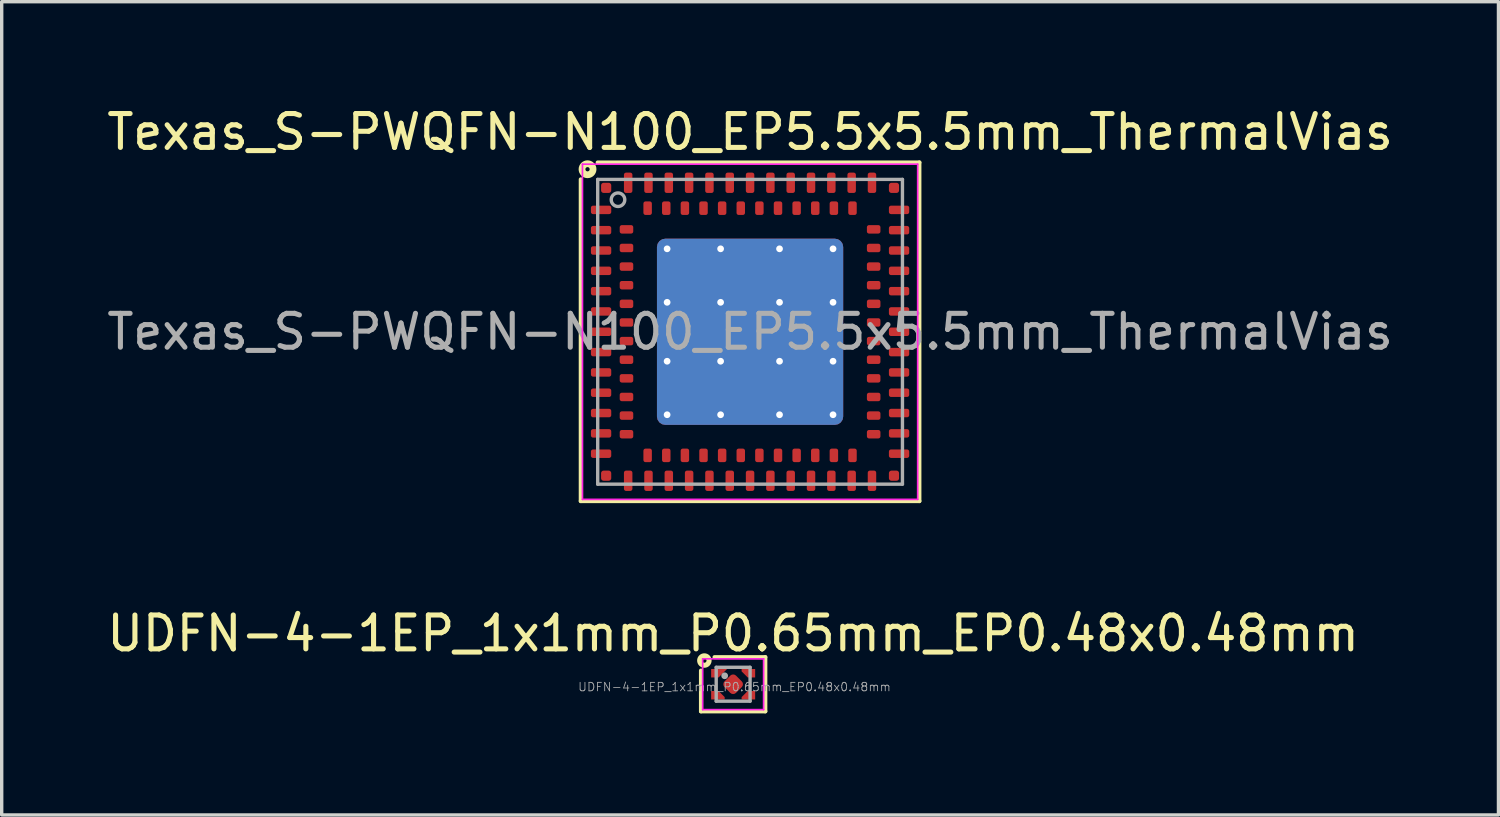
<source format=kicad_pcb>
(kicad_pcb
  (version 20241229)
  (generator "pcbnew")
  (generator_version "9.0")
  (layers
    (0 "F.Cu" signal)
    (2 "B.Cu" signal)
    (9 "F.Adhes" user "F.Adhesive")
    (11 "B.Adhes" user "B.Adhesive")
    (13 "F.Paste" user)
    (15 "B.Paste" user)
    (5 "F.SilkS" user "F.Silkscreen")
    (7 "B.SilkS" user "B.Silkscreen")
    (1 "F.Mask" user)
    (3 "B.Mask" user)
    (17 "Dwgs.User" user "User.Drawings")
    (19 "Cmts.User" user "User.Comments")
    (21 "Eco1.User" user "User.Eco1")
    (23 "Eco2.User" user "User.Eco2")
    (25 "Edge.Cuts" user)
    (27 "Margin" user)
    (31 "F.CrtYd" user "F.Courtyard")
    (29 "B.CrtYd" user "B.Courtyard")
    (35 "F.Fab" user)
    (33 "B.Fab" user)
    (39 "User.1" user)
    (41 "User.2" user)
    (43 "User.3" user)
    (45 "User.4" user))
  (footprint "UDFN-4-1EP_1x1mm_P0.65mm_EP0.48x0.48mm"
    (layer "F.Cu")
    (at 18.601 17.157)
    (property "Reference" "UDFN-4-1EP_1x1mm_P0.65mm_EP0.48x0.48mm" (at 0 -1.5 0) (layer "F.SilkS") (effects (font (size 1 1) (thickness 0.15))))
    (attr smd)
    (fp_line (start -0.95 0.8) (end -0.95 -0.403) (stroke (width 0.12) (type solid)) (layer "F.SilkS"))
    (fp_line (start -0.55 -0.8) (end 0.95 -0.8) (stroke (width 0.12) (type solid)) (layer "F.SilkS"))
    (fp_line (start 0.95 -0.8) (end 0.95 0.8) (stroke (width 0.12) (type solid)) (layer "F.SilkS"))
    (fp_line (start 0.95 0.8) (end -0.95 0.8) (stroke (width 0.12) (type solid)) (layer "F.SilkS"))
    (fp_circle (center -0.85 -0.7) (end -0.786 -0.7) (stroke (width 0.15) (type solid)) (fill no) (layer "F.SilkS"))
    (fp_line (start -0.9 -0.75) (end 0.9 -0.75) (stroke (width 0.05) (type solid)) (layer "F.CrtYd"))
    (fp_line (start -0.9 0.75) (end -0.9 -0.75) (stroke (width 0.05) (type solid)) (layer "F.CrtYd"))
    (fp_line (start 0.9 -0.75) (end 0.9 0.75) (stroke (width 0.05) (type solid)) (layer "F.CrtYd"))
    (fp_line (start 0.9 0.75) (end -0.9 0.75) (stroke (width 0.05) (type solid)) (layer "F.CrtYd"))
    (fp_line (start -0.5 -0.5) (end 0.5 -0.5) (stroke (width 0.1) (type solid)) (layer "F.Fab"))
    (fp_line (start -0.5 0.5) (end -0.5 -0.5) (stroke (width 0.1) (type solid)) (layer "F.Fab"))
    (fp_line (start 0.5 -0.5) (end 0.5 0.5) (stroke (width 0.1) (type solid)) (layer "F.Fab"))
    (fp_line (start 0.5 0.5) (end -0.5 0.5) (stroke (width 0.1) (type solid)) (layer "F.Fab"))
    (fp_circle (center -0.25 -0.25) (end -0.2 -0.25) (stroke (width 0.1) (type solid)) (fill no) (layer "F.Fab"))
    (fp_text user "${REFERENCE}" (at 0.04 0.08 0) (layer "F.Fab") (effects (font (size 0.25 0.25) (thickness 0.025))))
    (pad "1" smd custom (at -0.54 -0.325) (size 0.22 0.25) (layers "F.Cu" "F.Mask" "F.Paste") (options (anchor rect)) (primitives (gr_poly (pts (xy 0.11 0.125) (xy 0.11 -0.125) (xy 0.36 -0.125)) (width 0) (fill yes))))
    (pad "2" smd custom (at -0.54 0.325) (size 0.22 0.25) (layers "F.Cu" "F.Mask" "F.Paste") (options (anchor rect)) (primitives (gr_poly (pts (xy 0.29 0.055) (xy 0.29 0.125) (xy 0.11 0.125) (xy 0.11 -0.125)) (width 0) (fill yes))))
    (pad "3" smd custom (at 0.54 0.325) (size 0.22 0.25) (layers "F.Cu" "F.Mask" "F.Paste") (options (anchor rect)) (primitives (gr_poly (pts (xy -0.11 0.125) (xy -0.29 0.125) (xy -0.29 0.055) (xy -0.11 -0.125)) (width 0) (fill yes))))
    (pad "4" smd custom (at 0.54 -0.325) (size 0.22 0.25) (layers "F.Cu" "F.Mask" "F.Paste") (options (anchor rect)) (primitives (gr_poly (pts (xy -0.11 0.125) (xy -0.29 -0.055) (xy -0.29 -0.125) (xy -0.11 -0.125)) (width 0) (fill yes))))
    (pad "5" smd roundrect (at 0 0 45) (size 0.48 0.48) (layers "F.Cu" "F.Mask" "F.Paste") (roundrect_rratio 0.25)))
  (footprint "Texas_S-PWQFN-N100_EP5.5x5.5mm_ThermalVias"
    (layer "F.Cu")
    (at 19.101 6.748)
    (property "Reference" "Texas_S-PWQFN-N100_EP5.5x5.5mm_ThermalVias" (at 0 -5.9 0) (layer "F.SilkS") (effects (font (size 1 1) (thickness 0.15))))
    (attr smd)
    (fp_line (start -5 5) (end -5 -4.5) (stroke (width 0.12) (type solid)) (layer "F.SilkS"))
    (fp_line (start -4.5 -5) (end 5 -5) (stroke (width 0.12) (type solid)) (layer "F.SilkS"))
    (fp_line (start 5 -5) (end 5 5) (stroke (width 0.12) (type solid)) (layer "F.SilkS"))
    (fp_line (start 5 5) (end -5 5) (stroke (width 0.12) (type solid)) (layer "F.SilkS"))
    (fp_circle (center -4.8 -4.8) (end -4.737 -4.8) (stroke (width 0.2) (type solid)) (fill no) (layer "F.SilkS"))
    (fp_line (start -4.95 -4.95) (end 4.95 -4.95) (stroke (width 0.05) (type solid)) (layer "F.CrtYd"))
    (fp_line (start -4.95 4.95) (end -4.95 -4.95) (stroke (width 0.05) (type solid)) (layer "F.CrtYd"))
    (fp_line (start 4.95 -4.95) (end 4.95 4.95) (stroke (width 0.05) (type solid)) (layer "F.CrtYd"))
    (fp_line (start 4.95 4.95) (end -4.95 4.95) (stroke (width 0.05) (type solid)) (layer "F.CrtYd"))
    (fp_line (start -4.5 -4.5) (end -4.5 4.5) (stroke (width 0.1) (type solid)) (layer "F.Fab"))
    (fp_line (start -4.5 -4.5) (end 4.5 -4.5) (stroke (width 0.1) (type solid)) (layer "F.Fab"))
    (fp_line (start -4.5 4.5) (end 4.5 4.5) (stroke (width 0.1) (type solid)) (layer "F.Fab"))
    (fp_line (start 4.5 -4.5) (end 4.5 4.5) (stroke (width 0.1) (type solid)) (layer "F.Fab"))
    (fp_circle (center -3.9 -3.9) (end -3.7 -3.9) (stroke (width 0.1) (type solid)) (fill no) (layer "F.Fab"))
    (fp_text user "${REFERENCE}" (at 0 0 0) (layer "F.Fab") (effects (font (size 1 1) (thickness 0.15))))
    (pad "" smd roundrect (at -1.66 -1.66) (size 1.5 1.5) (layers "F.Paste") (roundrect_rratio 0.167))
    (pad "" smd roundrect (at -1.66 0) (size 1.5 1.5) (layers "F.Paste") (roundrect_rratio 0.167))
    (pad "" smd roundrect (at -1.66 1.66) (size 1.5 1.5) (layers "F.Paste") (roundrect_rratio 0.167))
    (pad "" smd roundrect (at 0 -1.66) (size 1.5 1.5) (layers "F.Paste") (roundrect_rratio 0.167))
    (pad "" smd roundrect (at 0 0) (size 1.5 1.5) (layers "F.Paste") (roundrect_rratio 0.167))
    (pad "" smd roundrect (at 0 1.66) (size 1.5 1.5) (layers "F.Paste") (roundrect_rratio 0.167))
    (pad "" smd roundrect (at 1.66 -1.66) (size 1.5 1.5) (layers "F.Paste") (roundrect_rratio 0.167))
    (pad "" smd roundrect (at 1.66 0) (size 1.5 1.5) (layers "F.Paste") (roundrect_rratio 0.167))
    (pad "" smd roundrect (at 1.66 1.66) (size 1.5 1.5) (layers "F.Paste") (roundrect_rratio 0.167))
    (pad "A1" smd roundrect (at -4.4 -3.6 90) (size 0.25 0.6) (layers "F.Cu" "F.Mask" "F.Paste") (roundrect_rratio 0.25))
    (pad "A2" smd roundrect (at -4.4 -3 90) (size 0.25 0.6) (layers "F.Cu" "F.Mask" "F.Paste") (roundrect_rratio 0.25))
    (pad "A3" smd roundrect (at -4.4 -2.4 90) (size 0.25 0.6) (layers "F.Cu" "F.Mask" "F.Paste") (roundrect_rratio 0.25))
    (pad "A4" smd roundrect (at -4.4 -1.8 90) (size 0.25 0.6) (layers "F.Cu" "F.Mask" "F.Paste") (roundrect_rratio 0.25))
    (pad "A5" smd roundrect (at -4.4 -1.2 90) (size 0.25 0.6) (layers "F.Cu" "F.Mask" "F.Paste") (roundrect_rratio 0.25))
    (pad "A6" smd roundrect (at -4.4 -0.6 90) (size 0.25 0.6) (layers "F.Cu" "F.Mask" "F.Paste") (roundrect_rratio 0.25))
    (pad "A7" smd roundrect (at -4.4 0 90) (size 0.25 0.6) (layers "F.Cu" "F.Mask" "F.Paste") (roundrect_rratio 0.25))
    (pad "A8" smd roundrect (at -4.4 0.6 90) (size 0.25 0.6) (layers "F.Cu" "F.Mask" "F.Paste") (roundrect_rratio 0.25))
    (pad "A9" smd roundrect (at -4.4 1.2 90) (size 0.25 0.6) (layers "F.Cu" "F.Mask" "F.Paste") (roundrect_rratio 0.25))
    (pad "A10" smd roundrect (at -4.4 1.8 90) (size 0.25 0.6) (layers "F.Cu" "F.Mask" "F.Paste") (roundrect_rratio 0.25))
    (pad "A11" smd roundrect (at -4.4 2.4 90) (size 0.25 0.6) (layers "F.Cu" "F.Mask" "F.Paste") (roundrect_rratio 0.25))
    (pad "A12" smd roundrect (at -4.4 3 90) (size 0.25 0.6) (layers "F.Cu" "F.Mask" "F.Paste") (roundrect_rratio 0.25))
    (pad "A13" smd roundrect (at -4.4 3.6 90) (size 0.25 0.6) (layers "F.Cu" "F.Mask" "F.Paste") (roundrect_rratio 0.25))
    (pad "A14" smd roundrect (at -3.6 4.4) (size 0.25 0.6) (layers "F.Cu" "F.Mask" "F.Paste") (roundrect_rratio 0.25))
    (pad "A15" smd roundrect (at -3 4.4) (size 0.25 0.6) (layers "F.Cu" "F.Mask" "F.Paste") (roundrect_rratio 0.25))
    (pad "A16" smd roundrect (at -2.4 4.4) (size 0.25 0.6) (layers "F.Cu" "F.Mask" "F.Paste") (roundrect_rratio 0.25))
    (pad "A17" smd roundrect (at -1.8 4.4) (size 0.25 0.6) (layers "F.Cu" "F.Mask" "F.Paste") (roundrect_rratio 0.25))
    (pad "A18" smd roundrect (at -1.2 4.4) (size 0.25 0.6) (layers "F.Cu" "F.Mask" "F.Paste") (roundrect_rratio 0.25))
    (pad "A19" smd roundrect (at -0.6 4.4) (size 0.25 0.6) (layers "F.Cu" "F.Mask" "F.Paste") (roundrect_rratio 0.25))
    (pad "A20" smd roundrect (at 0 4.4) (size 0.25 0.6) (layers "F.Cu" "F.Mask" "F.Paste") (roundrect_rratio 0.25))
    (pad "A21" smd roundrect (at 0.6 4.4) (size 0.25 0.6) (layers "F.Cu" "F.Mask" "F.Paste") (roundrect_rratio 0.25))
    (pad "A22" smd roundrect (at 1.2 4.4) (size 0.25 0.6) (layers "F.Cu" "F.Mask" "F.Paste") (roundrect_rratio 0.25))
    (pad "A23" smd roundrect (at 1.8 4.4) (size 0.25 0.6) (layers "F.Cu" "F.Mask" "F.Paste") (roundrect_rratio 0.25))
    (pad "A24" smd roundrect (at 2.4 4.4) (size 0.25 0.6) (layers "F.Cu" "F.Mask" "F.Paste") (roundrect_rratio 0.25))
    (pad "A25" smd roundrect (at 3 4.4) (size 0.25 0.6) (layers "F.Cu" "F.Mask" "F.Paste") (roundrect_rratio 0.25))
    (pad "A26" smd roundrect (at 3.6 4.4) (size 0.25 0.6) (layers "F.Cu" "F.Mask" "F.Paste") (roundrect_rratio 0.25))
    (pad "A27" smd roundrect (at 4.4 3.6 90) (size 0.25 0.6) (layers "F.Cu" "F.Mask" "F.Paste") (roundrect_rratio 0.25))
    (pad "A28" smd roundrect (at 4.4 3 90) (size 0.25 0.6) (layers "F.Cu" "F.Mask" "F.Paste") (roundrect_rratio 0.25))
    (pad "A29" smd roundrect (at 4.4 2.4 90) (size 0.25 0.6) (layers "F.Cu" "F.Mask" "F.Paste") (roundrect_rratio 0.25))
    (pad "A30" smd roundrect (at 4.4 1.8 90) (size 0.25 0.6) (layers "F.Cu" "F.Mask" "F.Paste") (roundrect_rratio 0.25))
    (pad "A31" smd roundrect (at 4.4 1.2 90) (size 0.25 0.6) (layers "F.Cu" "F.Mask" "F.Paste") (roundrect_rratio 0.25))
    (pad "A32" smd roundrect (at 4.4 0.6 90) (size 0.25 0.6) (layers "F.Cu" "F.Mask" "F.Paste") (roundrect_rratio 0.25))
    (pad "A33" smd roundrect (at 4.4 0 90) (size 0.25 0.6) (layers "F.Cu" "F.Mask" "F.Paste") (roundrect_rratio 0.25))
    (pad "A34" smd roundrect (at 4.4 -0.6 90) (size 0.25 0.6) (layers "F.Cu" "F.Mask" "F.Paste") (roundrect_rratio 0.25))
    (pad "A35" smd roundrect (at 4.4 -1.2 90) (size 0.25 0.6) (layers "F.Cu" "F.Mask" "F.Paste") (roundrect_rratio 0.25))
    (pad "A36" smd roundrect (at 4.4 -1.8 90) (size 0.25 0.6) (layers "F.Cu" "F.Mask" "F.Paste") (roundrect_rratio 0.25))
    (pad "A37" smd roundrect (at 4.4 -2.4 90) (size 0.25 0.6) (layers "F.Cu" "F.Mask" "F.Paste") (roundrect_rratio 0.25))
    (pad "A38" smd roundrect (at 4.4 -3 90) (size 0.25 0.6) (layers "F.Cu" "F.Mask" "F.Paste") (roundrect_rratio 0.25))
    (pad "A39" smd roundrect (at 4.4 -3.6 90) (size 0.25 0.6) (layers "F.Cu" "F.Mask" "F.Paste") (roundrect_rratio 0.25))
    (pad "A40" smd roundrect (at 3.6 -4.4) (size 0.25 0.6) (layers "F.Cu" "F.Mask" "F.Paste") (roundrect_rratio 0.25))
    (pad "A41" smd roundrect (at 3 -4.4) (size 0.25 0.6) (layers "F.Cu" "F.Mask" "F.Paste") (roundrect_rratio 0.25))
    (pad "A42" smd roundrect (at 2.4 -4.4) (size 0.25 0.6) (layers "F.Cu" "F.Mask" "F.Paste") (roundrect_rratio 0.25))
    (pad "A43" smd roundrect (at 1.8 -4.4) (size 0.25 0.6) (layers "F.Cu" "F.Mask" "F.Paste") (roundrect_rratio 0.25))
    (pad "A44" smd roundrect (at 1.2 -4.4) (size 0.25 0.6) (layers "F.Cu" "F.Mask" "F.Paste") (roundrect_rratio 0.25))
    (pad "A45" smd roundrect (at 0.6 -4.4) (size 0.25 0.6) (layers "F.Cu" "F.Mask" "F.Paste") (roundrect_rratio 0.25))
    (pad "A46" smd roundrect (at 0 -4.4) (size 0.25 0.6) (layers "F.Cu" "F.Mask" "F.Paste") (roundrect_rratio 0.25))
    (pad "A47" smd roundrect (at -0.6 -4.4) (size 0.25 0.6) (layers "F.Cu" "F.Mask" "F.Paste") (roundrect_rratio 0.25))
    (pad "A48" smd roundrect (at -1.2 -4.4) (size 0.25 0.6) (layers "F.Cu" "F.Mask" "F.Paste") (roundrect_rratio 0.25))
    (pad "A49" smd roundrect (at -1.8 -4.4) (size 0.25 0.6) (layers "F.Cu" "F.Mask" "F.Paste") (roundrect_rratio 0.25))
    (pad "A50" smd roundrect (at -2.4 -4.4) (size 0.25 0.6) (layers "F.Cu" "F.Mask" "F.Paste") (roundrect_rratio 0.25))
    (pad "A51" smd roundrect (at -3 -4.4) (size 0.25 0.6) (layers "F.Cu" "F.Mask" "F.Paste") (roundrect_rratio 0.25))
    (pad "A52" smd roundrect (at -3.6 -4.4) (size 0.25 0.6) (layers "F.Cu" "F.Mask" "F.Paste") (roundrect_rratio 0.25))
    (pad "A53" thru_hole circle (at -2.45 -2.45) (size 0.5 0.5) (drill 0.2) (property pad_prop_heatsink) (layers "*.Cu"))
    (pad "A53" thru_hole circle (at -2.45 -0.87) (size 0.5 0.5) (drill 0.2) (property pad_prop_heatsink) (layers "*.Cu"))
    (pad "A53" thru_hole circle (at -2.45 0.87) (size 0.5 0.5) (drill 0.2) (property pad_prop_heatsink) (layers "*.Cu"))
    (pad "A53" thru_hole circle (at -2.45 2.45) (size 0.5 0.5) (drill 0.2) (property pad_prop_heatsink) (layers "*.Cu"))
    (pad "A53" thru_hole circle (at -0.87 -2.45) (size 0.5 0.5) (drill 0.2) (property pad_prop_heatsink) (layers "*.Cu"))
    (pad "A53" thru_hole circle (at -0.87 -0.87) (size 0.5 0.5) (drill 0.2) (property pad_prop_heatsink) (layers "*.Cu"))
    (pad "A53" thru_hole circle (at -0.87 0.87) (size 0.5 0.5) (drill 0.2) (property pad_prop_heatsink) (layers "*.Cu"))
    (pad "A53" thru_hole circle (at -0.87 2.45) (size 0.5 0.5) (drill 0.2) (property pad_prop_heatsink) (layers "*.Cu"))
    (pad "A53" smd roundrect (at 0 0) (size 5.5 5.5) (layers "F.Cu" "F.Mask") (roundrect_rratio 0.045))
    (pad "A53" smd roundrect (at 0 0) (size 5.5 5.5) (layers "B.Cu" "B.Mask") (roundrect_rratio 0.045))
    (pad "A53" thru_hole circle (at 0.87 -2.45) (size 0.5 0.5) (drill 0.2) (property pad_prop_heatsink) (layers "*.Cu"))
    (pad "A53" thru_hole circle (at 0.87 -0.87) (size 0.5 0.5) (drill 0.2) (property pad_prop_heatsink) (layers "*.Cu"))
    (pad "A53" thru_hole circle (at 0.87 0.87) (size 0.5 0.5) (drill 0.2) (property pad_prop_heatsink) (layers "*.Cu"))
    (pad "A53" thru_hole circle (at 0.87 2.45) (size 0.5 0.5) (drill 0.2) (property pad_prop_heatsink) (layers "*.Cu"))
    (pad "A53" thru_hole circle (at 2.45 -2.45) (size 0.5 0.5) (drill 0.2) (property pad_prop_heatsink) (layers "*.Cu"))
    (pad "A53" thru_hole circle (at 2.45 -0.87) (size 0.5 0.5) (drill 0.2) (property pad_prop_heatsink) (layers "*.Cu"))
    (pad "A53" thru_hole circle (at 2.45 0.87) (size 0.5 0.5) (drill 0.2) (property pad_prop_heatsink) (layers "*.Cu"))
    (pad "A53" thru_hole circle (at 2.45 2.45) (size 0.5 0.5) (drill 0.2) (property pad_prop_heatsink) (layers "*.Cu"))
    (pad "B1" smd roundrect (at -3.65 -3.025 90) (size 0.25 0.4) (layers "F.Cu" "F.Mask" "F.Paste") (roundrect_rratio 0.25))
    (pad "B2" smd roundrect (at -3.65 -2.475 90) (size 0.25 0.4) (layers "F.Cu" "F.Mask" "F.Paste") (roundrect_rratio 0.25))
    (pad "B3" smd roundrect (at -3.65 -1.925 90) (size 0.25 0.4) (layers "F.Cu" "F.Mask" "F.Paste") (roundrect_rratio 0.25))
    (pad "B4" smd roundrect (at -3.65 -1.375 90) (size 0.25 0.4) (layers "F.Cu" "F.Mask" "F.Paste") (roundrect_rratio 0.25))
    (pad "B5" smd roundrect (at -3.65 -0.825 90) (size 0.25 0.4) (layers "F.Cu" "F.Mask" "F.Paste") (roundrect_rratio 0.25))
    (pad "B6" smd roundrect (at -3.65 -0.275 90) (size 0.25 0.4) (layers "F.Cu" "F.Mask" "F.Paste") (roundrect_rratio 0.25))
    (pad "B7" smd roundrect (at -3.65 0.275 90) (size 0.25 0.4) (layers "F.Cu" "F.Mask" "F.Paste") (roundrect_rratio 0.25))
    (pad "B8" smd roundrect (at -3.65 0.825 90) (size 0.25 0.4) (layers "F.Cu" "F.Mask" "F.Paste") (roundrect_rratio 0.25))
    (pad "B9" smd roundrect (at -3.65 1.375 90) (size 0.25 0.4) (layers "F.Cu" "F.Mask" "F.Paste") (roundrect_rratio 0.25))
    (pad "B10" smd roundrect (at -3.65 1.925 90) (size 0.25 0.4) (layers "F.Cu" "F.Mask" "F.Paste") (roundrect_rratio 0.25))
    (pad "B11" smd roundrect (at -3.65 2.475 90) (size 0.25 0.4) (layers "F.Cu" "F.Mask" "F.Paste") (roundrect_rratio 0.25))
    (pad "B12" smd roundrect (at -3.65 3.025 90) (size 0.25 0.4) (layers "F.Cu" "F.Mask" "F.Paste") (roundrect_rratio 0.25))
    (pad "B13" smd roundrect (at -3.025 3.65) (size 0.25 0.4) (layers "F.Cu" "F.Mask" "F.Paste") (roundrect_rratio 0.25))
    (pad "B14" smd roundrect (at -2.475 3.65) (size 0.25 0.4) (layers "F.Cu" "F.Mask" "F.Paste") (roundrect_rratio 0.25))
    (pad "B15" smd roundrect (at -1.925 3.65) (size 0.25 0.4) (layers "F.Cu" "F.Mask" "F.Paste") (roundrect_rratio 0.25))
    (pad "B16" smd roundrect (at -1.375 3.65) (size 0.25 0.4) (layers "F.Cu" "F.Mask" "F.Paste") (roundrect_rratio 0.25))
    (pad "B17" smd roundrect (at -0.825 3.65) (size 0.25 0.4) (layers "F.Cu" "F.Mask" "F.Paste") (roundrect_rratio 0.25))
    (pad "B18" smd roundrect (at -0.275 3.65) (size 0.25 0.4) (layers "F.Cu" "F.Mask" "F.Paste") (roundrect_rratio 0.25))
    (pad "B19" smd roundrect (at 0.275 3.65) (size 0.25 0.4) (layers "F.Cu" "F.Mask" "F.Paste") (roundrect_rratio 0.25))
    (pad "B20" smd roundrect (at 0.825 3.65) (size 0.25 0.4) (layers "F.Cu" "F.Mask" "F.Paste") (roundrect_rratio 0.25))
    (pad "B21" smd roundrect (at 1.375 3.65) (size 0.25 0.4) (layers "F.Cu" "F.Mask" "F.Paste") (roundrect_rratio 0.25))
    (pad "B22" smd roundrect (at 1.925 3.65) (size 0.25 0.4) (layers "F.Cu" "F.Mask" "F.Paste") (roundrect_rratio 0.25))
    (pad "B23" smd roundrect (at 2.475 3.65) (size 0.25 0.4) (layers "F.Cu" "F.Mask" "F.Paste") (roundrect_rratio 0.25))
    (pad "B24" smd roundrect (at 3.025 3.65) (size 0.25 0.4) (layers "F.Cu" "F.Mask" "F.Paste") (roundrect_rratio 0.25))
    (pad "B25" smd roundrect (at 3.65 3.025 90) (size 0.25 0.4) (layers "F.Cu" "F.Mask" "F.Paste") (roundrect_rratio 0.25))
    (pad "B26" smd roundrect (at 3.65 2.475 90) (size 0.25 0.4) (layers "F.Cu" "F.Mask" "F.Paste") (roundrect_rratio 0.25))
    (pad "B27" smd roundrect (at 3.65 1.925 90) (size 0.25 0.4) (layers "F.Cu" "F.Mask" "F.Paste") (roundrect_rratio 0.25))
    (pad "B28" smd roundrect (at 3.65 1.375 90) (size 0.25 0.4) (layers "F.Cu" "F.Mask" "F.Paste") (roundrect_rratio 0.25))
    (pad "B29" smd roundrect (at 3.65 0.825 90) (size 0.25 0.4) (layers "F.Cu" "F.Mask" "F.Paste") (roundrect_rratio 0.25))
    (pad "B30" smd roundrect (at 3.65 0.275 90) (size 0.25 0.4) (layers "F.Cu" "F.Mask" "F.Paste") (roundrect_rratio 0.25))
    (pad "B31" smd roundrect (at 3.65 -0.275 90) (size 0.25 0.4) (layers "F.Cu" "F.Mask" "F.Paste") (roundrect_rratio 0.25))
    (pad "B32" smd roundrect (at 3.65 -0.825 90) (size 0.25 0.4) (layers "F.Cu" "F.Mask" "F.Paste") (roundrect_rratio 0.25))
    (pad "B33" smd roundrect (at 3.65 -1.375 90) (size 0.25 0.4) (layers "F.Cu" "F.Mask" "F.Paste") (roundrect_rratio 0.25))
    (pad "B34" smd roundrect (at 3.65 -1.925 90) (size 0.25 0.4) (layers "F.Cu" "F.Mask" "F.Paste") (roundrect_rratio 0.25))
    (pad "B35" smd roundrect (at 3.65 -2.475 90) (size 0.25 0.4) (layers "F.Cu" "F.Mask" "F.Paste") (roundrect_rratio 0.25))
    (pad "B36" smd roundrect (at 3.65 -3.025 90) (size 0.25 0.4) (layers "F.Cu" "F.Mask" "F.Paste") (roundrect_rratio 0.25))
    (pad "B37" smd roundrect (at 3.025 -3.65) (size 0.25 0.4) (layers "F.Cu" "F.Mask" "F.Paste") (roundrect_rratio 0.25))
    (pad "B38" smd roundrect (at 2.475 -3.65) (size 0.25 0.4) (layers "F.Cu" "F.Mask" "F.Paste") (roundrect_rratio 0.25))
    (pad "B39" smd roundrect (at 1.925 -3.65) (size 0.25 0.4) (layers "F.Cu" "F.Mask" "F.Paste") (roundrect_rratio 0.25))
    (pad "B40" smd roundrect (at 1.375 -3.65) (size 0.25 0.4) (layers "F.Cu" "F.Mask" "F.Paste") (roundrect_rratio 0.25))
    (pad "B41" smd roundrect (at 0.825 -3.65) (size 0.25 0.4) (layers "F.Cu" "F.Mask" "F.Paste") (roundrect_rratio 0.25))
    (pad "B42" smd roundrect (at 0.275 -3.65) (size 0.25 0.4) (layers "F.Cu" "F.Mask" "F.Paste") (roundrect_rratio 0.25))
    (pad "B43" smd roundrect (at -0.275 -3.65) (size 0.25 0.4) (layers "F.Cu" "F.Mask" "F.Paste") (roundrect_rratio 0.25))
    (pad "B44" smd roundrect (at -0.825 -3.65) (size 0.25 0.4) (layers "F.Cu" "F.Mask" "F.Paste") (roundrect_rratio 0.25))
    (pad "B45" smd roundrect (at -1.375 -3.65) (size 0.25 0.4) (layers "F.Cu" "F.Mask" "F.Paste") (roundrect_rratio 0.25))
    (pad "B46" smd roundrect (at -1.925 -3.65) (size 0.25 0.4) (layers "F.Cu" "F.Mask" "F.Paste") (roundrect_rratio 0.25))
    (pad "B47" smd roundrect (at -2.475 -3.65) (size 0.25 0.4) (layers "F.Cu" "F.Mask" "F.Paste") (roundrect_rratio 0.25))
    (pad "B48" smd roundrect (at -3.025 -3.65) (size 0.25 0.4) (layers "F.Cu" "F.Mask" "F.Paste") (roundrect_rratio 0.25))
    (pad "C1" smd roundrect (at -4.25 -4.25) (size 0.3 0.3) (layers "F.Cu" "F.Mask" "F.Paste") (roundrect_rratio 0.25))
    (pad "C2" smd roundrect (at -4.25 4.25) (size 0.3 0.3) (layers "F.Cu" "F.Mask" "F.Paste") (roundrect_rratio 0.25))
    (pad "C3" smd roundrect (at 4.25 4.25) (size 0.3 0.3) (layers "F.Cu" "F.Mask" "F.Paste") (roundrect_rratio 0.25))
    (pad "C4" smd roundrect (at 4.25 -4.25) (size 0.3 0.3) (layers "F.Cu" "F.Mask" "F.Paste") (roundrect_rratio 0.25)))
  (gr_rect
    (start -3 -3)
    (end 41.202 21.017)
    (stroke (width 0.1) (type default))
    (fill no)
    (layer "Edge.Cuts")))
</source>
